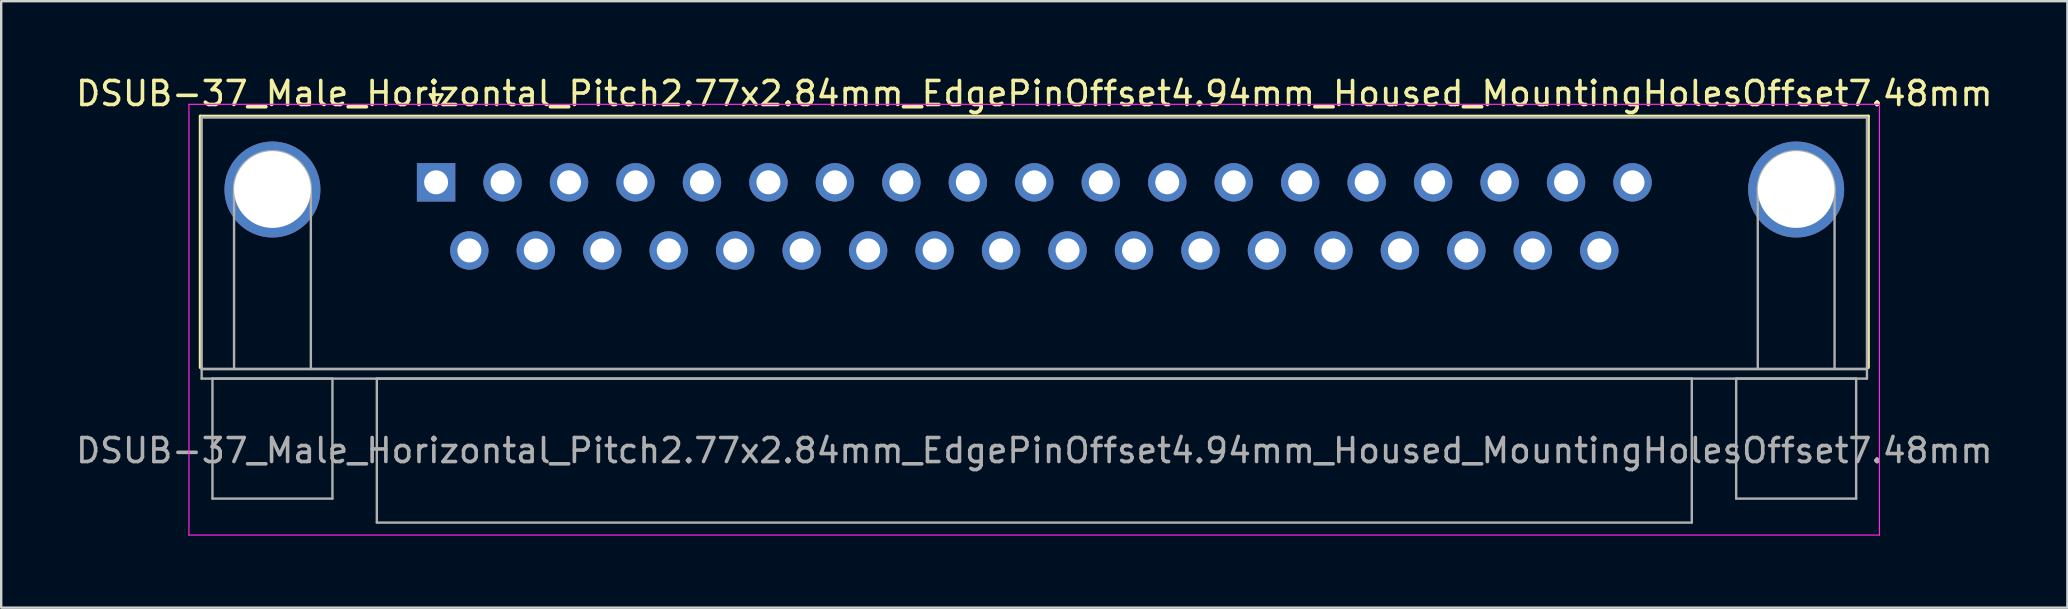
<source format=kicad_pcb>
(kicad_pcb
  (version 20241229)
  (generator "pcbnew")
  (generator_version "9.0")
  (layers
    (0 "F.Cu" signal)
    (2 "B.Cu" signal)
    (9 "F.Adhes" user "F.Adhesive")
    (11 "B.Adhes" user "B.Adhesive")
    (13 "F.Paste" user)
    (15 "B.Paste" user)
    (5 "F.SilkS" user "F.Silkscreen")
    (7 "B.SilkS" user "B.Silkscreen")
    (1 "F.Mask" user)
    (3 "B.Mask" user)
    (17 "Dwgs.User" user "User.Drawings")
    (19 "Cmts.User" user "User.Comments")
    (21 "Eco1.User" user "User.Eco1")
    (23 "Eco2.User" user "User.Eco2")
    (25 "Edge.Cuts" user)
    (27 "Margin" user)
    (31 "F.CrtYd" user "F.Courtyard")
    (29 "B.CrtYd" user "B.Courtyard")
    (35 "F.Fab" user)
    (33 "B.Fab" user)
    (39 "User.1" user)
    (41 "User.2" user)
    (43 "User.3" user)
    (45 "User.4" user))
  (footprint "DSUB-37_Male_Horizontal_Pitch2.77x2.84mm_EdgePinOffset4.94mm_Housed_MountingHolesOffset7.48mm"
    (layer "F.Cu")
    (at 15.124 4.548)
    (property "Reference" "DSUB-37_Male_Horizontal_Pitch2.77x2.84mm_EdgePinOffset4.94mm_Housed_MountingHolesOffset7.48mm" (at 24.93 -3.7 0) (layer "F.SilkS") (effects (font (size 1 1) (thickness 0.15))))
    (attr through_hole)
    (fp_line (start -9.83 -2.76) (end 59.69 -2.76) (stroke (width 0.12) (type solid)) (layer "F.SilkS"))
    (fp_line (start -9.83 7.72) (end -9.83 -2.76) (stroke (width 0.12) (type solid)) (layer "F.SilkS"))
    (fp_line (start -0.25 -3.654) (end 0.25 -3.654) (stroke (width 0.12) (type solid)) (layer "F.SilkS"))
    (fp_line (start 0 -3.221) (end -0.25 -3.654) (stroke (width 0.12) (type solid)) (layer "F.SilkS"))
    (fp_line (start 0.25 -3.654) (end 0 -3.221) (stroke (width 0.12) (type solid)) (layer "F.SilkS"))
    (fp_line (start 59.69 -2.76) (end 59.69 7.72) (stroke (width 0.12) (type solid)) (layer "F.SilkS"))
    (fp_line (start -10.3 -3.25) (end -10.3 14.7) (stroke (width 0.05) (type solid)) (layer "F.CrtYd"))
    (fp_line (start -10.3 14.7) (end 60.15 14.7) (stroke (width 0.05) (type solid)) (layer "F.CrtYd"))
    (fp_line (start 60.15 -3.25) (end -10.3 -3.25) (stroke (width 0.05) (type solid)) (layer "F.CrtYd"))
    (fp_line (start 60.15 14.7) (end 60.15 -3.25) (stroke (width 0.05) (type solid)) (layer "F.CrtYd"))
    (fp_line (start -9.77 -2.7) (end -9.77 7.78) (stroke (width 0.1) (type solid)) (layer "F.Fab"))
    (fp_line (start -9.77 7.78) (end -9.77 8.18) (stroke (width 0.1) (type solid)) (layer "F.Fab"))
    (fp_line (start -9.77 7.78) (end 59.63 7.78) (stroke (width 0.1) (type solid)) (layer "F.Fab"))
    (fp_line (start -9.77 8.18) (end 59.63 8.18) (stroke (width 0.1) (type solid)) (layer "F.Fab"))
    (fp_line (start -9.32 8.18) (end -9.32 13.18) (stroke (width 0.1) (type solid)) (layer "F.Fab"))
    (fp_line (start -9.32 13.18) (end -4.32 13.18) (stroke (width 0.1) (type solid)) (layer "F.Fab"))
    (fp_line (start -8.42 7.78) (end -8.42 0.3) (stroke (width 0.1) (type solid)) (layer "F.Fab"))
    (fp_line (start -5.22 7.78) (end -5.22 0.3) (stroke (width 0.1) (type solid)) (layer "F.Fab"))
    (fp_line (start -4.32 8.18) (end -9.32 8.18) (stroke (width 0.1) (type solid)) (layer "F.Fab"))
    (fp_line (start -4.32 13.18) (end -4.32 8.18) (stroke (width 0.1) (type solid)) (layer "F.Fab"))
    (fp_line (start -2.47 8.18) (end -2.47 14.18) (stroke (width 0.1) (type solid)) (layer "F.Fab"))
    (fp_line (start -2.47 14.18) (end 52.33 14.18) (stroke (width 0.1) (type solid)) (layer "F.Fab"))
    (fp_line (start 52.33 8.18) (end -2.47 8.18) (stroke (width 0.1) (type solid)) (layer "F.Fab"))
    (fp_line (start 52.33 14.18) (end 52.33 8.18) (stroke (width 0.1) (type solid)) (layer "F.Fab"))
    (fp_line (start 54.18 8.18) (end 54.18 13.18) (stroke (width 0.1) (type solid)) (layer "F.Fab"))
    (fp_line (start 54.18 13.18) (end 59.18 13.18) (stroke (width 0.1) (type solid)) (layer "F.Fab"))
    (fp_line (start 55.08 7.78) (end 55.08 0.3) (stroke (width 0.1) (type solid)) (layer "F.Fab"))
    (fp_line (start 58.28 7.78) (end 58.28 0.3) (stroke (width 0.1) (type solid)) (layer "F.Fab"))
    (fp_line (start 59.18 8.18) (end 54.18 8.18) (stroke (width 0.1) (type solid)) (layer "F.Fab"))
    (fp_line (start 59.18 13.18) (end 59.18 8.18) (stroke (width 0.1) (type solid)) (layer "F.Fab"))
    (fp_line (start 59.63 -2.7) (end -9.77 -2.7) (stroke (width 0.1) (type solid)) (layer "F.Fab"))
    (fp_line (start 59.63 7.78) (end -9.77 7.78) (stroke (width 0.1) (type solid)) (layer "F.Fab"))
    (fp_line (start 59.63 7.78) (end 59.63 -2.7) (stroke (width 0.1) (type solid)) (layer "F.Fab"))
    (fp_line (start 59.63 8.18) (end 59.63 7.78) (stroke (width 0.1) (type solid)) (layer "F.Fab"))
    (fp_arc (start -8.42 0.3) (mid -6.82 -1.3) (end -5.22 0.3) (stroke (width 0.1) (type solid)) (layer "F.Fab"))
    (fp_arc (start 55.08 0.3) (mid 56.68 -1.3) (end 58.28 0.3) (stroke (width 0.1) (type solid)) (layer "F.Fab"))
    (fp_text user "${REFERENCE}" (at 24.93 11.18 0) (layer "F.Fab") (effects (font (size 1 1) (thickness 0.15))))
    (pad "0" thru_hole circle (at -6.82 0.3) (size 4 4) (drill 3.2) (layers "*.Cu" "*.Mask"))
    (pad "0" thru_hole circle (at 56.68 0.3) (size 4 4) (drill 3.2) (layers "*.Cu" "*.Mask"))
    (pad "1" thru_hole rect (at 0 0) (size 1.6 1.6) (drill 1) (layers "*.Cu" "*.Mask"))
    (pad "2" thru_hole circle (at 2.77 0) (size 1.6 1.6) (drill 1) (layers "*.Cu" "*.Mask"))
    (pad "3" thru_hole circle (at 5.54 0) (size 1.6 1.6) (drill 1) (layers "*.Cu" "*.Mask"))
    (pad "4" thru_hole circle (at 8.31 0) (size 1.6 1.6) (drill 1) (layers "*.Cu" "*.Mask"))
    (pad "5" thru_hole circle (at 11.08 0) (size 1.6 1.6) (drill 1) (layers "*.Cu" "*.Mask"))
    (pad "6" thru_hole circle (at 13.85 0) (size 1.6 1.6) (drill 1) (layers "*.Cu" "*.Mask"))
    (pad "7" thru_hole circle (at 16.62 0) (size 1.6 1.6) (drill 1) (layers "*.Cu" "*.Mask"))
    (pad "8" thru_hole circle (at 19.39 0) (size 1.6 1.6) (drill 1) (layers "*.Cu" "*.Mask"))
    (pad "9" thru_hole circle (at 22.16 0) (size 1.6 1.6) (drill 1) (layers "*.Cu" "*.Mask"))
    (pad "10" thru_hole circle (at 24.93 0) (size 1.6 1.6) (drill 1) (layers "*.Cu" "*.Mask"))
    (pad "11" thru_hole circle (at 27.7 0) (size 1.6 1.6) (drill 1) (layers "*.Cu" "*.Mask"))
    (pad "12" thru_hole circle (at 30.47 0) (size 1.6 1.6) (drill 1) (layers "*.Cu" "*.Mask"))
    (pad "13" thru_hole circle (at 33.24 0) (size 1.6 1.6) (drill 1) (layers "*.Cu" "*.Mask"))
    (pad "14" thru_hole circle (at 36.01 0) (size 1.6 1.6) (drill 1) (layers "*.Cu" "*.Mask"))
    (pad "15" thru_hole circle (at 38.78 0) (size 1.6 1.6) (drill 1) (layers "*.Cu" "*.Mask"))
    (pad "16" thru_hole circle (at 41.55 0) (size 1.6 1.6) (drill 1) (layers "*.Cu" "*.Mask"))
    (pad "17" thru_hole circle (at 44.32 0) (size 1.6 1.6) (drill 1) (layers "*.Cu" "*.Mask"))
    (pad "18" thru_hole circle (at 47.09 0) (size 1.6 1.6) (drill 1) (layers "*.Cu" "*.Mask"))
    (pad "19" thru_hole circle (at 49.86 0) (size 1.6 1.6) (drill 1) (layers "*.Cu" "*.Mask"))
    (pad "20" thru_hole circle (at 1.385 2.84) (size 1.6 1.6) (drill 1) (layers "*.Cu" "*.Mask"))
    (pad "21" thru_hole circle (at 4.155 2.84) (size 1.6 1.6) (drill 1) (layers "*.Cu" "*.Mask"))
    (pad "22" thru_hole circle (at 6.925 2.84) (size 1.6 1.6) (drill 1) (layers "*.Cu" "*.Mask"))
    (pad "23" thru_hole circle (at 9.695 2.84) (size 1.6 1.6) (drill 1) (layers "*.Cu" "*.Mask"))
    (pad "24" thru_hole circle (at 12.465 2.84) (size 1.6 1.6) (drill 1) (layers "*.Cu" "*.Mask"))
    (pad "25" thru_hole circle (at 15.235 2.84) (size 1.6 1.6) (drill 1) (layers "*.Cu" "*.Mask"))
    (pad "26" thru_hole circle (at 18.005 2.84) (size 1.6 1.6) (drill 1) (layers "*.Cu" "*.Mask"))
    (pad "27" thru_hole circle (at 20.775 2.84) (size 1.6 1.6) (drill 1) (layers "*.Cu" "*.Mask"))
    (pad "28" thru_hole circle (at 23.545 2.84) (size 1.6 1.6) (drill 1) (layers "*.Cu" "*.Mask"))
    (pad "29" thru_hole circle (at 26.315 2.84) (size 1.6 1.6) (drill 1) (layers "*.Cu" "*.Mask"))
    (pad "30" thru_hole circle (at 29.085 2.84) (size 1.6 1.6) (drill 1) (layers "*.Cu" "*.Mask"))
    (pad "31" thru_hole circle (at 31.855 2.84) (size 1.6 1.6) (drill 1) (layers "*.Cu" "*.Mask"))
    (pad "32" thru_hole circle (at 34.625 2.84) (size 1.6 1.6) (drill 1) (layers "*.Cu" "*.Mask"))
    (pad "33" thru_hole circle (at 37.395 2.84) (size 1.6 1.6) (drill 1) (layers "*.Cu" "*.Mask"))
    (pad "34" thru_hole circle (at 40.165 2.84) (size 1.6 1.6) (drill 1) (layers "*.Cu" "*.Mask"))
    (pad "35" thru_hole circle (at 42.935 2.84) (size 1.6 1.6) (drill 1) (layers "*.Cu" "*.Mask"))
    (pad "36" thru_hole circle (at 45.705 2.84) (size 1.6 1.6) (drill 1) (layers "*.Cu" "*.Mask"))
    (pad "37" thru_hole circle (at 48.475 2.84) (size 1.6 1.6) (drill 1) (layers "*.Cu" "*.Mask")))
  (gr_rect
    (start -3 -3)
    (end 83.107 22.273)
    (stroke (width 0.1) (type default))
    (fill no)
    (layer "Edge.Cuts")))
</source>
